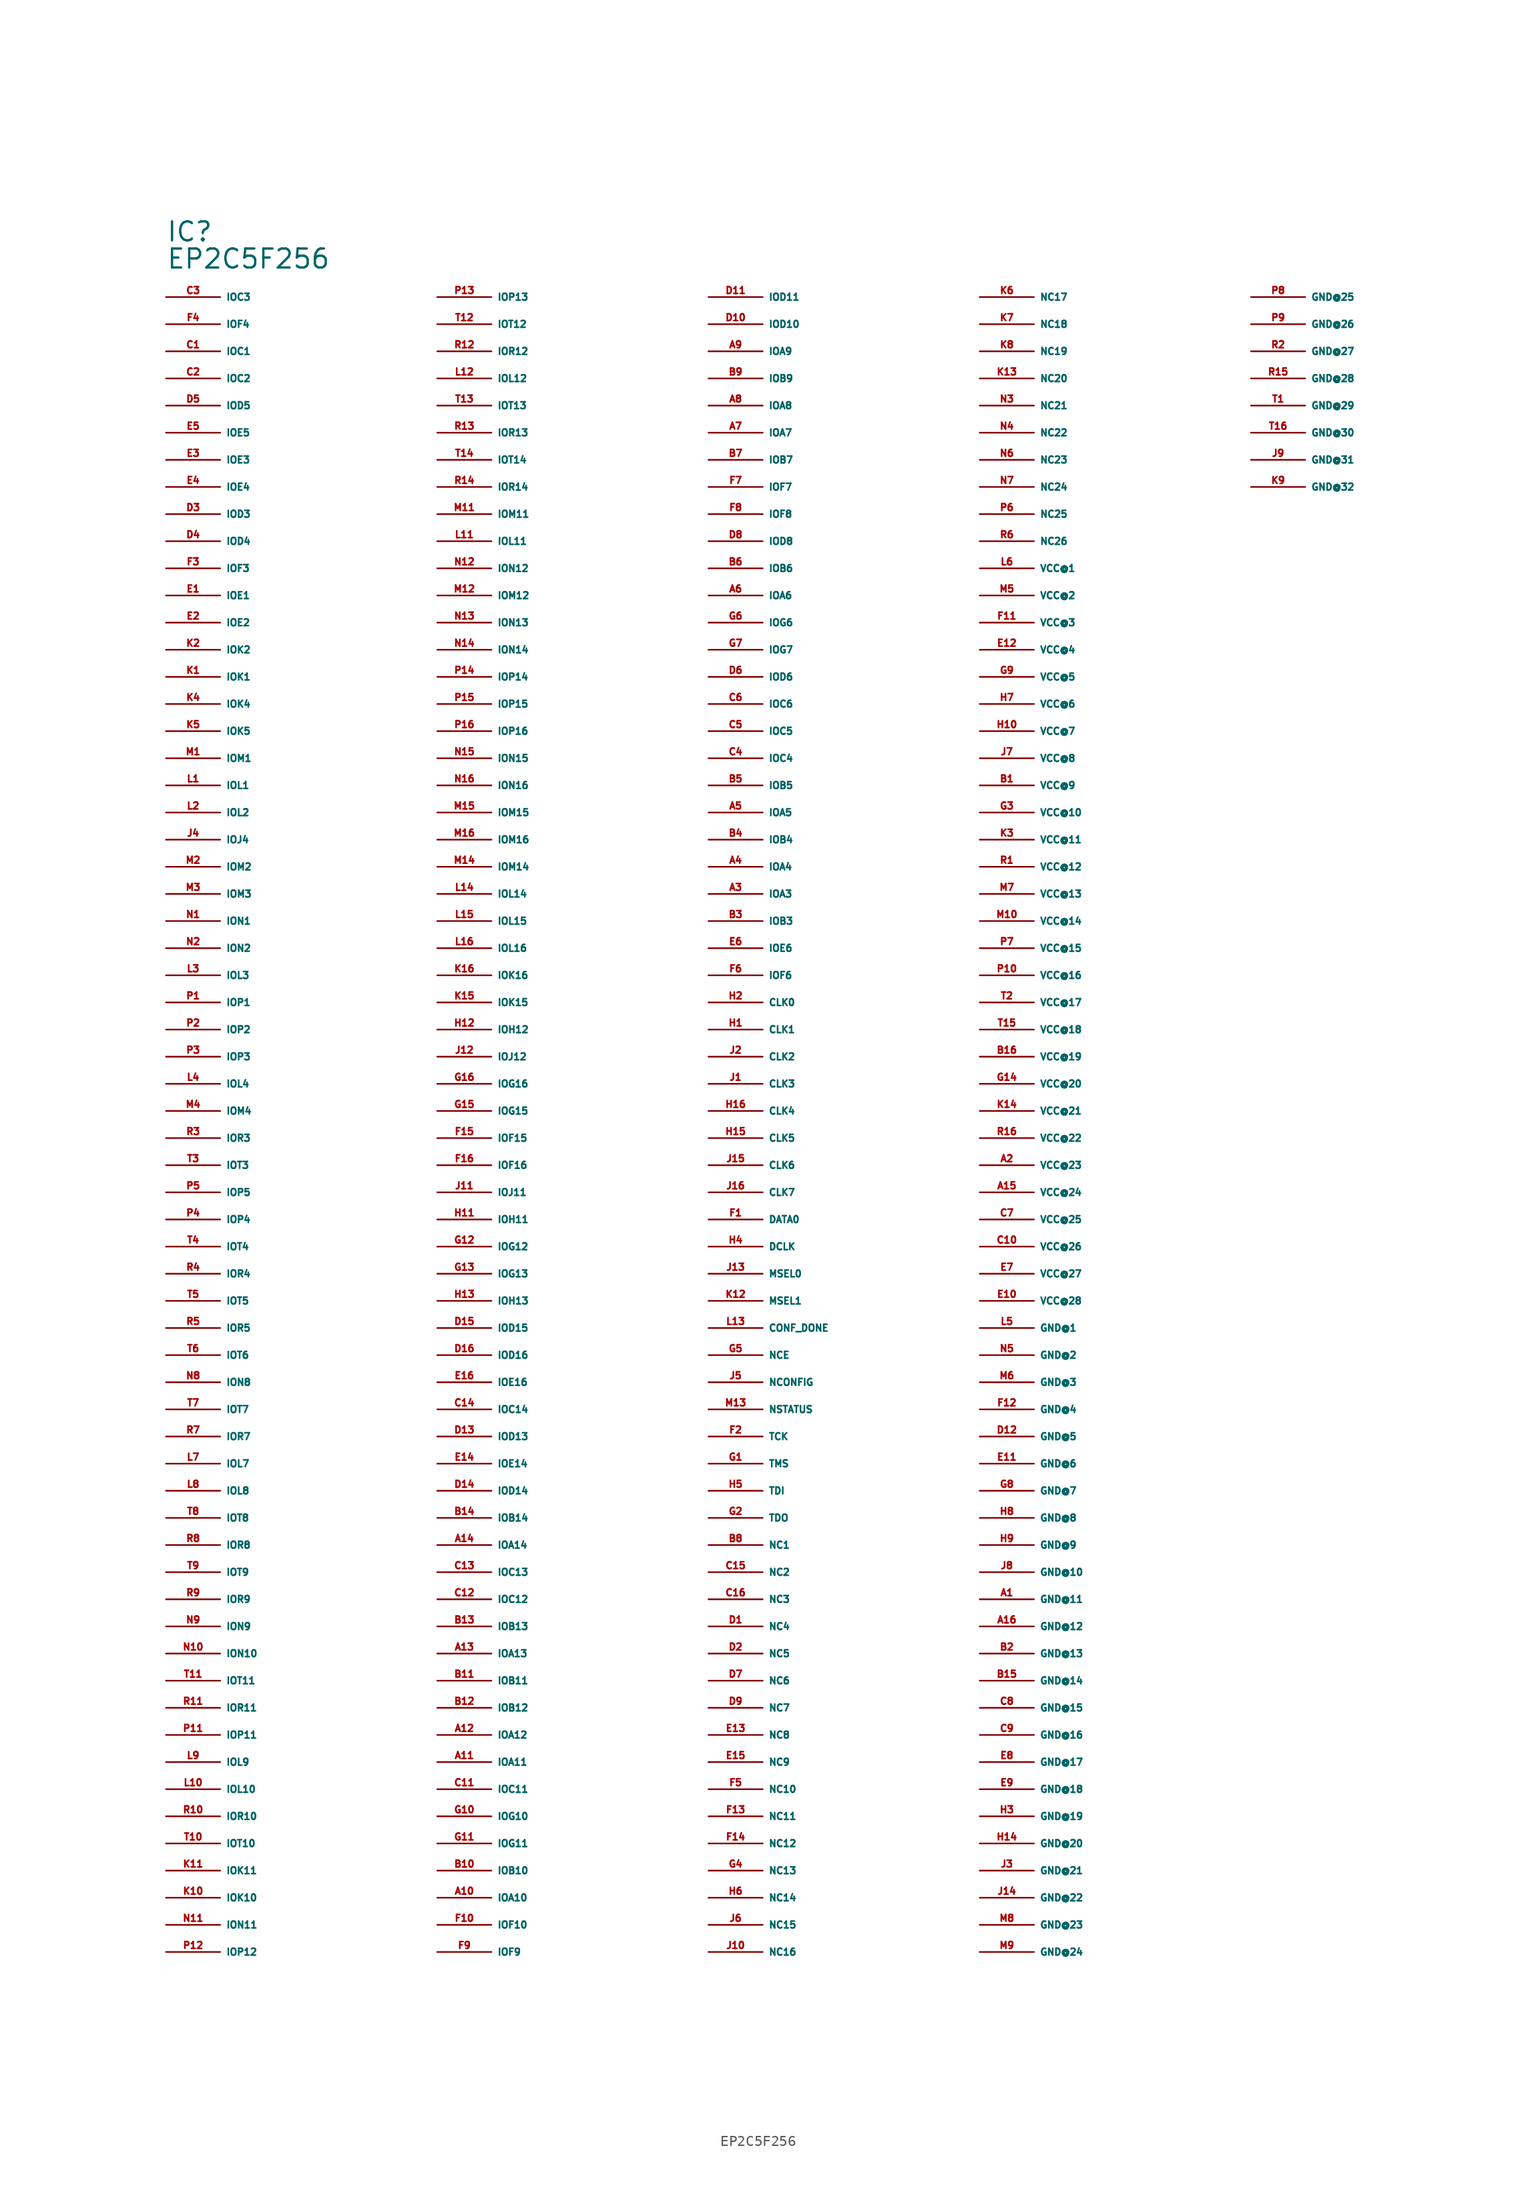
<source format=kicad_sym>
(kicad_symbol_lib
  (version 20220914)
  (generator Eagle2Kicad)
  (symbol "EP2C5F256"
    (property "Reference" "IC"
      (at -55.88 86.36 0)
      (effects (font (size 1.778 1.778) (thickness 0.22)) (justify left bottom)))
    (property "Value" "EP2C5F256"
      (at -55.88 83.82 0)
      (effects (font (size 1.778 1.778) (thickness 0.22)) (justify left bottom)))
    (pin output line
      (at -55.88 81.28 0)
      (length 5.08)
      (name "IOC3" (effects (font (size 0.635 0.635) (thickness 0.08)) (justify left bottom)))
      (number "C3" (effects (font (size 0.635 0.635) (thickness 0.08)) (justify left bottom))))
    (pin output line
      (at -55.88 78.74 0)
      (length 5.08)
      (name "IOF4" (effects (font (size 0.635 0.635) (thickness 0.08)) (justify left bottom)))
      (number "F4" (effects (font (size 0.635 0.635) (thickness 0.08)) (justify left bottom))))
    (pin bidirectional line
      (at -55.88 76.2 0)
      (length 5.08)
      (name "IOC1" (effects (font (size 0.635 0.635) (thickness 0.08)) (justify left bottom)))
      (number "C1" (effects (font (size 0.635 0.635) (thickness 0.08)) (justify left bottom))))
    (pin bidirectional line
      (at -55.88 73.66 0)
      (length 5.08)
      (name "IOC2" (effects (font (size 0.635 0.635) (thickness 0.08)) (justify left bottom)))
      (number "C2" (effects (font (size 0.635 0.635) (thickness 0.08)) (justify left bottom))))
    (pin bidirectional line
      (at -55.88 71.12 0)
      (length 5.08)
      (name "IOD5" (effects (font (size 0.635 0.635) (thickness 0.08)) (justify left bottom)))
      (number "D5" (effects (font (size 0.635 0.635) (thickness 0.08)) (justify left bottom))))
    (pin bidirectional line
      (at -55.88 68.58 0)
      (length 5.08)
      (name "IOE5" (effects (font (size 0.635 0.635) (thickness 0.08)) (justify left bottom)))
      (number "E5" (effects (font (size 0.635 0.635) (thickness 0.08)) (justify left bottom))))
    (pin bidirectional line
      (at -55.88 66.04 0)
      (length 5.08)
      (name "IOE3" (effects (font (size 0.635 0.635) (thickness 0.08)) (justify left bottom)))
      (number "E3" (effects (font (size 0.635 0.635) (thickness 0.08)) (justify left bottom))))
    (pin bidirectional line
      (at -55.88 63.5 0)
      (length 5.08)
      (name "IOE4" (effects (font (size 0.635 0.635) (thickness 0.08)) (justify left bottom)))
      (number "E4" (effects (font (size 0.635 0.635) (thickness 0.08)) (justify left bottom))))
    (pin bidirectional line
      (at -55.88 60.96 0)
      (length 5.08)
      (name "IOD3" (effects (font (size 0.635 0.635) (thickness 0.08)) (justify left bottom)))
      (number "D3" (effects (font (size 0.635 0.635) (thickness 0.08)) (justify left bottom))))
    (pin bidirectional line
      (at -55.88 58.42 0)
      (length 5.08)
      (name "IOD4" (effects (font (size 0.635 0.635) (thickness 0.08)) (justify left bottom)))
      (number "D4" (effects (font (size 0.635 0.635) (thickness 0.08)) (justify left bottom))))
    (pin bidirectional line
      (at -55.88 55.88 0)
      (length 5.08)
      (name "IOF3" (effects (font (size 0.635 0.635) (thickness 0.08)) (justify left bottom)))
      (number "F3" (effects (font (size 0.635 0.635) (thickness 0.08)) (justify left bottom))))
    (pin bidirectional line
      (at -55.88 53.34 0)
      (length 5.08)
      (name "IOE1" (effects (font (size 0.635 0.635) (thickness 0.08)) (justify left bottom)))
      (number "E1" (effects (font (size 0.635 0.635) (thickness 0.08)) (justify left bottom))))
    (pin bidirectional line
      (at -55.88 50.8 0)
      (length 5.08)
      (name "IOE2" (effects (font (size 0.635 0.635) (thickness 0.08)) (justify left bottom)))
      (number "E2" (effects (font (size 0.635 0.635) (thickness 0.08)) (justify left bottom))))
    (pin bidirectional line
      (at -55.88 48.26 0)
      (length 5.08)
      (name "IOK2" (effects (font (size 0.635 0.635) (thickness 0.08)) (justify left bottom)))
      (number "K2" (effects (font (size 0.635 0.635) (thickness 0.08)) (justify left bottom))))
    (pin bidirectional line
      (at -55.88 45.72 0)
      (length 5.08)
      (name "IOK1" (effects (font (size 0.635 0.635) (thickness 0.08)) (justify left bottom)))
      (number "K1" (effects (font (size 0.635 0.635) (thickness 0.08)) (justify left bottom))))
    (pin bidirectional line
      (at -55.88 43.18 0)
      (length 5.08)
      (name "IOK4" (effects (font (size 0.635 0.635) (thickness 0.08)) (justify left bottom)))
      (number "K4" (effects (font (size 0.635 0.635) (thickness 0.08)) (justify left bottom))))
    (pin bidirectional line
      (at -55.88 40.64 0)
      (length 5.08)
      (name "IOK5" (effects (font (size 0.635 0.635) (thickness 0.08)) (justify left bottom)))
      (number "K5" (effects (font (size 0.635 0.635) (thickness 0.08)) (justify left bottom))))
    (pin bidirectional line
      (at -55.88 38.1 0)
      (length 5.08)
      (name "IOM1" (effects (font (size 0.635 0.635) (thickness 0.08)) (justify left bottom)))
      (number "M1" (effects (font (size 0.635 0.635) (thickness 0.08)) (justify left bottom))))
    (pin bidirectional line
      (at -55.88 35.56 0)
      (length 5.08)
      (name "IOL1" (effects (font (size 0.635 0.635) (thickness 0.08)) (justify left bottom)))
      (number "L1" (effects (font (size 0.635 0.635) (thickness 0.08)) (justify left bottom))))
    (pin bidirectional line
      (at -55.88 33.02 0)
      (length 5.08)
      (name "IOL2" (effects (font (size 0.635 0.635) (thickness 0.08)) (justify left bottom)))
      (number "L2" (effects (font (size 0.635 0.635) (thickness 0.08)) (justify left bottom))))
    (pin bidirectional line
      (at -55.88 30.48 0)
      (length 5.08)
      (name "IOJ4" (effects (font (size 0.635 0.635) (thickness 0.08)) (justify left bottom)))
      (number "J4" (effects (font (size 0.635 0.635) (thickness 0.08)) (justify left bottom))))
    (pin bidirectional line
      (at -55.88 27.94 0)
      (length 5.08)
      (name "IOM2" (effects (font (size 0.635 0.635) (thickness 0.08)) (justify left bottom)))
      (number "M2" (effects (font (size 0.635 0.635) (thickness 0.08)) (justify left bottom))))
    (pin bidirectional line
      (at -55.88 25.4 0)
      (length 5.08)
      (name "IOM3" (effects (font (size 0.635 0.635) (thickness 0.08)) (justify left bottom)))
      (number "M3" (effects (font (size 0.635 0.635) (thickness 0.08)) (justify left bottom))))
    (pin bidirectional line
      (at -55.88 22.86 0)
      (length 5.08)
      (name "ION1" (effects (font (size 0.635 0.635) (thickness 0.08)) (justify left bottom)))
      (number "N1" (effects (font (size 0.635 0.635) (thickness 0.08)) (justify left bottom))))
    (pin bidirectional line
      (at -55.88 20.32 0)
      (length 5.08)
      (name "ION2" (effects (font (size 0.635 0.635) (thickness 0.08)) (justify left bottom)))
      (number "N2" (effects (font (size 0.635 0.635) (thickness 0.08)) (justify left bottom))))
    (pin bidirectional line
      (at -55.88 17.78 0)
      (length 5.08)
      (name "IOL3" (effects (font (size 0.635 0.635) (thickness 0.08)) (justify left bottom)))
      (number "L3" (effects (font (size 0.635 0.635) (thickness 0.08)) (justify left bottom))))
    (pin bidirectional line
      (at -55.88 15.24 0)
      (length 5.08)
      (name "IOP1" (effects (font (size 0.635 0.635) (thickness 0.08)) (justify left bottom)))
      (number "P1" (effects (font (size 0.635 0.635) (thickness 0.08)) (justify left bottom))))
    (pin bidirectional line
      (at -55.88 12.7 0)
      (length 5.08)
      (name "IOP2" (effects (font (size 0.635 0.635) (thickness 0.08)) (justify left bottom)))
      (number "P2" (effects (font (size 0.635 0.635) (thickness 0.08)) (justify left bottom))))
    (pin bidirectional line
      (at -55.88 10.16 0)
      (length 5.08)
      (name "IOP3" (effects (font (size 0.635 0.635) (thickness 0.08)) (justify left bottom)))
      (number "P3" (effects (font (size 0.635 0.635) (thickness 0.08)) (justify left bottom))))
    (pin bidirectional line
      (at -55.88 7.62 0)
      (length 5.08)
      (name "IOL4" (effects (font (size 0.635 0.635) (thickness 0.08)) (justify left bottom)))
      (number "L4" (effects (font (size 0.635 0.635) (thickness 0.08)) (justify left bottom))))
    (pin bidirectional line
      (at -55.88 5.08 0)
      (length 5.08)
      (name "IOM4" (effects (font (size 0.635 0.635) (thickness 0.08)) (justify left bottom)))
      (number "M4" (effects (font (size 0.635 0.635) (thickness 0.08)) (justify left bottom))))
    (pin bidirectional line
      (at -55.88 2.54 0)
      (length 5.08)
      (name "IOR3" (effects (font (size 0.635 0.635) (thickness 0.08)) (justify left bottom)))
      (number "R3" (effects (font (size 0.635 0.635) (thickness 0.08)) (justify left bottom))))
    (pin bidirectional line
      (at -55.88 0 0)
      (length 5.08)
      (name "IOT3" (effects (font (size 0.635 0.635) (thickness 0.08)) (justify left bottom)))
      (number "T3" (effects (font (size 0.635 0.635) (thickness 0.08)) (justify left bottom))))
    (pin bidirectional line
      (at -55.88 -2.54 0)
      (length 5.08)
      (name "IOP5" (effects (font (size 0.635 0.635) (thickness 0.08)) (justify left bottom)))
      (number "P5" (effects (font (size 0.635 0.635) (thickness 0.08)) (justify left bottom))))
    (pin bidirectional line
      (at -55.88 -5.08 0)
      (length 5.08)
      (name "IOP4" (effects (font (size 0.635 0.635) (thickness 0.08)) (justify left bottom)))
      (number "P4" (effects (font (size 0.635 0.635) (thickness 0.08)) (justify left bottom))))
    (pin bidirectional line
      (at -55.88 -7.62 0)
      (length 5.08)
      (name "IOT4" (effects (font (size 0.635 0.635) (thickness 0.08)) (justify left bottom)))
      (number "T4" (effects (font (size 0.635 0.635) (thickness 0.08)) (justify left bottom))))
    (pin bidirectional line
      (at -55.88 -10.16 0)
      (length 5.08)
      (name "IOR4" (effects (font (size 0.635 0.635) (thickness 0.08)) (justify left bottom)))
      (number "R4" (effects (font (size 0.635 0.635) (thickness 0.08)) (justify left bottom))))
    (pin bidirectional line
      (at -55.88 -12.7 0)
      (length 5.08)
      (name "IOT5" (effects (font (size 0.635 0.635) (thickness 0.08)) (justify left bottom)))
      (number "T5" (effects (font (size 0.635 0.635) (thickness 0.08)) (justify left bottom))))
    (pin bidirectional line
      (at -55.88 -15.24 0)
      (length 5.08)
      (name "IOR5" (effects (font (size 0.635 0.635) (thickness 0.08)) (justify left bottom)))
      (number "R5" (effects (font (size 0.635 0.635) (thickness 0.08)) (justify left bottom))))
    (pin bidirectional line
      (at -55.88 -17.78 0)
      (length 5.08)
      (name "IOT6" (effects (font (size 0.635 0.635) (thickness 0.08)) (justify left bottom)))
      (number "T6" (effects (font (size 0.635 0.635) (thickness 0.08)) (justify left bottom))))
    (pin bidirectional line
      (at -55.88 -20.32 0)
      (length 5.08)
      (name "ION8" (effects (font (size 0.635 0.635) (thickness 0.08)) (justify left bottom)))
      (number "N8" (effects (font (size 0.635 0.635) (thickness 0.08)) (justify left bottom))))
    (pin bidirectional line
      (at -55.88 -22.86 0)
      (length 5.08)
      (name "IOT7" (effects (font (size 0.635 0.635) (thickness 0.08)) (justify left bottom)))
      (number "T7" (effects (font (size 0.635 0.635) (thickness 0.08)) (justify left bottom))))
    (pin bidirectional line
      (at -55.88 -25.4 0)
      (length 5.08)
      (name "IOR7" (effects (font (size 0.635 0.635) (thickness 0.08)) (justify left bottom)))
      (number "R7" (effects (font (size 0.635 0.635) (thickness 0.08)) (justify left bottom))))
    (pin bidirectional line
      (at -55.88 -27.94 0)
      (length 5.08)
      (name "IOL7" (effects (font (size 0.635 0.635) (thickness 0.08)) (justify left bottom)))
      (number "L7" (effects (font (size 0.635 0.635) (thickness 0.08)) (justify left bottom))))
    (pin bidirectional line
      (at -55.88 -30.48 0)
      (length 5.08)
      (name "IOL8" (effects (font (size 0.635 0.635) (thickness 0.08)) (justify left bottom)))
      (number "L8" (effects (font (size 0.635 0.635) (thickness 0.08)) (justify left bottom))))
    (pin bidirectional line
      (at -55.88 -33.02 0)
      (length 5.08)
      (name "IOT8" (effects (font (size 0.635 0.635) (thickness 0.08)) (justify left bottom)))
      (number "T8" (effects (font (size 0.635 0.635) (thickness 0.08)) (justify left bottom))))
    (pin bidirectional line
      (at -55.88 -35.56 0)
      (length 5.08)
      (name "IOR8" (effects (font (size 0.635 0.635) (thickness 0.08)) (justify left bottom)))
      (number "R8" (effects (font (size 0.635 0.635) (thickness 0.08)) (justify left bottom))))
    (pin bidirectional line
      (at -55.88 -38.1 0)
      (length 5.08)
      (name "IOT9" (effects (font (size 0.635 0.635) (thickness 0.08)) (justify left bottom)))
      (number "T9" (effects (font (size 0.635 0.635) (thickness 0.08)) (justify left bottom))))
    (pin bidirectional line
      (at -55.88 -40.64 0)
      (length 5.08)
      (name "IOR9" (effects (font (size 0.635 0.635) (thickness 0.08)) (justify left bottom)))
      (number "R9" (effects (font (size 0.635 0.635) (thickness 0.08)) (justify left bottom))))
    (pin bidirectional line
      (at -55.88 -43.18 0)
      (length 5.08)
      (name "ION9" (effects (font (size 0.635 0.635) (thickness 0.08)) (justify left bottom)))
      (number "N9" (effects (font (size 0.635 0.635) (thickness 0.08)) (justify left bottom))))
    (pin bidirectional line
      (at -55.88 -45.72 0)
      (length 5.08)
      (name "ION10" (effects (font (size 0.635 0.635) (thickness 0.08)) (justify left bottom)))
      (number "N10" (effects (font (size 0.635 0.635) (thickness 0.08)) (justify left bottom))))
    (pin bidirectional line
      (at -55.88 -48.26 0)
      (length 5.08)
      (name "IOT11" (effects (font (size 0.635 0.635) (thickness 0.08)) (justify left bottom)))
      (number "T11" (effects (font (size 0.635 0.635) (thickness 0.08)) (justify left bottom))))
    (pin bidirectional line
      (at -55.88 -50.8 0)
      (length 5.08)
      (name "IOR11" (effects (font (size 0.635 0.635) (thickness 0.08)) (justify left bottom)))
      (number "R11" (effects (font (size 0.635 0.635) (thickness 0.08)) (justify left bottom))))
    (pin bidirectional line
      (at -55.88 -53.34 0)
      (length 5.08)
      (name "IOP11" (effects (font (size 0.635 0.635) (thickness 0.08)) (justify left bottom)))
      (number "P11" (effects (font (size 0.635 0.635) (thickness 0.08)) (justify left bottom))))
    (pin bidirectional line
      (at -55.88 -55.88 0)
      (length 5.08)
      (name "IOL9" (effects (font (size 0.635 0.635) (thickness 0.08)) (justify left bottom)))
      (number "L9" (effects (font (size 0.635 0.635) (thickness 0.08)) (justify left bottom))))
    (pin bidirectional line
      (at -55.88 -58.42 0)
      (length 5.08)
      (name "IOL10" (effects (font (size 0.635 0.635) (thickness 0.08)) (justify left bottom)))
      (number "L10" (effects (font (size 0.635 0.635) (thickness 0.08)) (justify left bottom))))
    (pin bidirectional line
      (at -55.88 -60.96 0)
      (length 5.08)
      (name "IOR10" (effects (font (size 0.635 0.635) (thickness 0.08)) (justify left bottom)))
      (number "R10" (effects (font (size 0.635 0.635) (thickness 0.08)) (justify left bottom))))
    (pin bidirectional line
      (at -55.88 -63.5 0)
      (length 5.08)
      (name "IOT10" (effects (font (size 0.635 0.635) (thickness 0.08)) (justify left bottom)))
      (number "T10" (effects (font (size 0.635 0.635) (thickness 0.08)) (justify left bottom))))
    (pin bidirectional line
      (at -55.88 -66.04 0)
      (length 5.08)
      (name "IOK11" (effects (font (size 0.635 0.635) (thickness 0.08)) (justify left bottom)))
      (number "K11" (effects (font (size 0.635 0.635) (thickness 0.08)) (justify left bottom))))
    (pin bidirectional line
      (at -55.88 -68.58 0)
      (length 5.08)
      (name "IOK10" (effects (font (size 0.635 0.635) (thickness 0.08)) (justify left bottom)))
      (number "K10" (effects (font (size 0.635 0.635) (thickness 0.08)) (justify left bottom))))
    (pin bidirectional line
      (at -55.88 -71.12 0)
      (length 5.08)
      (name "ION11" (effects (font (size 0.635 0.635) (thickness 0.08)) (justify left bottom)))
      (number "N11" (effects (font (size 0.635 0.635) (thickness 0.08)) (justify left bottom))))
    (pin bidirectional line
      (at -55.88 -73.66 0)
      (length 5.08)
      (name "IOP12" (effects (font (size 0.635 0.635) (thickness 0.08)) (justify left bottom)))
      (number "P12" (effects (font (size 0.635 0.635) (thickness 0.08)) (justify left bottom))))
    (pin bidirectional line
      (at -30.48 81.28 0)
      (length 5.08)
      (name "IOP13" (effects (font (size 0.635 0.635) (thickness 0.08)) (justify left bottom)))
      (number "P13" (effects (font (size 0.635 0.635) (thickness 0.08)) (justify left bottom))))
    (pin bidirectional line
      (at -30.48 78.74 0)
      (length 5.08)
      (name "IOT12" (effects (font (size 0.635 0.635) (thickness 0.08)) (justify left bottom)))
      (number "T12" (effects (font (size 0.635 0.635) (thickness 0.08)) (justify left bottom))))
    (pin bidirectional line
      (at -30.48 76.2 0)
      (length 5.08)
      (name "IOR12" (effects (font (size 0.635 0.635) (thickness 0.08)) (justify left bottom)))
      (number "R12" (effects (font (size 0.635 0.635) (thickness 0.08)) (justify left bottom))))
    (pin bidirectional line
      (at -30.48 73.66 0)
      (length 5.08)
      (name "IOL12" (effects (font (size 0.635 0.635) (thickness 0.08)) (justify left bottom)))
      (number "L12" (effects (font (size 0.635 0.635) (thickness 0.08)) (justify left bottom))))
    (pin bidirectional line
      (at -30.48 71.12 0)
      (length 5.08)
      (name "IOT13" (effects (font (size 0.635 0.635) (thickness 0.08)) (justify left bottom)))
      (number "T13" (effects (font (size 0.635 0.635) (thickness 0.08)) (justify left bottom))))
    (pin bidirectional line
      (at -30.48 68.58 0)
      (length 5.08)
      (name "IOR13" (effects (font (size 0.635 0.635) (thickness 0.08)) (justify left bottom)))
      (number "R13" (effects (font (size 0.635 0.635) (thickness 0.08)) (justify left bottom))))
    (pin bidirectional line
      (at -30.48 66.04 0)
      (length 5.08)
      (name "IOT14" (effects (font (size 0.635 0.635) (thickness 0.08)) (justify left bottom)))
      (number "T14" (effects (font (size 0.635 0.635) (thickness 0.08)) (justify left bottom))))
    (pin bidirectional line
      (at -30.48 63.5 0)
      (length 5.08)
      (name "IOR14" (effects (font (size 0.635 0.635) (thickness 0.08)) (justify left bottom)))
      (number "R14" (effects (font (size 0.635 0.635) (thickness 0.08)) (justify left bottom))))
    (pin bidirectional line
      (at -30.48 60.96 0)
      (length 5.08)
      (name "IOM11" (effects (font (size 0.635 0.635) (thickness 0.08)) (justify left bottom)))
      (number "M11" (effects (font (size 0.635 0.635) (thickness 0.08)) (justify left bottom))))
    (pin bidirectional line
      (at -30.48 58.42 0)
      (length 5.08)
      (name "IOL11" (effects (font (size 0.635 0.635) (thickness 0.08)) (justify left bottom)))
      (number "L11" (effects (font (size 0.635 0.635) (thickness 0.08)) (justify left bottom))))
    (pin bidirectional line
      (at -30.48 55.88 0)
      (length 5.08)
      (name "ION12" (effects (font (size 0.635 0.635) (thickness 0.08)) (justify left bottom)))
      (number "N12" (effects (font (size 0.635 0.635) (thickness 0.08)) (justify left bottom))))
    (pin bidirectional line
      (at -30.48 53.34 0)
      (length 5.08)
      (name "IOM12" (effects (font (size 0.635 0.635) (thickness 0.08)) (justify left bottom)))
      (number "M12" (effects (font (size 0.635 0.635) (thickness 0.08)) (justify left bottom))))
    (pin bidirectional line
      (at -30.48 50.8 0)
      (length 5.08)
      (name "ION13" (effects (font (size 0.635 0.635) (thickness 0.08)) (justify left bottom)))
      (number "N13" (effects (font (size 0.635 0.635) (thickness 0.08)) (justify left bottom))))
    (pin bidirectional line
      (at -30.48 48.26 0)
      (length 5.08)
      (name "ION14" (effects (font (size 0.635 0.635) (thickness 0.08)) (justify left bottom)))
      (number "N14" (effects (font (size 0.635 0.635) (thickness 0.08)) (justify left bottom))))
    (pin bidirectional line
      (at -30.48 45.72 0)
      (length 5.08)
      (name "IOP14" (effects (font (size 0.635 0.635) (thickness 0.08)) (justify left bottom)))
      (number "P14" (effects (font (size 0.635 0.635) (thickness 0.08)) (justify left bottom))))
    (pin bidirectional line
      (at -30.48 43.18 0)
      (length 5.08)
      (name "IOP15" (effects (font (size 0.635 0.635) (thickness 0.08)) (justify left bottom)))
      (number "P15" (effects (font (size 0.635 0.635) (thickness 0.08)) (justify left bottom))))
    (pin bidirectional line
      (at -30.48 40.64 0)
      (length 5.08)
      (name "IOP16" (effects (font (size 0.635 0.635) (thickness 0.08)) (justify left bottom)))
      (number "P16" (effects (font (size 0.635 0.635) (thickness 0.08)) (justify left bottom))))
    (pin bidirectional line
      (at -30.48 38.1 0)
      (length 5.08)
      (name "ION15" (effects (font (size 0.635 0.635) (thickness 0.08)) (justify left bottom)))
      (number "N15" (effects (font (size 0.635 0.635) (thickness 0.08)) (justify left bottom))))
    (pin bidirectional line
      (at -30.48 35.56 0)
      (length 5.08)
      (name "ION16" (effects (font (size 0.635 0.635) (thickness 0.08)) (justify left bottom)))
      (number "N16" (effects (font (size 0.635 0.635) (thickness 0.08)) (justify left bottom))))
    (pin bidirectional line
      (at -30.48 33.02 0)
      (length 5.08)
      (name "IOM15" (effects (font (size 0.635 0.635) (thickness 0.08)) (justify left bottom)))
      (number "M15" (effects (font (size 0.635 0.635) (thickness 0.08)) (justify left bottom))))
    (pin bidirectional line
      (at -30.48 30.48 0)
      (length 5.08)
      (name "IOM16" (effects (font (size 0.635 0.635) (thickness 0.08)) (justify left bottom)))
      (number "M16" (effects (font (size 0.635 0.635) (thickness 0.08)) (justify left bottom))))
    (pin bidirectional line
      (at -30.48 27.94 0)
      (length 5.08)
      (name "IOM14" (effects (font (size 0.635 0.635) (thickness 0.08)) (justify left bottom)))
      (number "M14" (effects (font (size 0.635 0.635) (thickness 0.08)) (justify left bottom))))
    (pin bidirectional line
      (at -30.48 25.4 0)
      (length 5.08)
      (name "IOL14" (effects (font (size 0.635 0.635) (thickness 0.08)) (justify left bottom)))
      (number "L14" (effects (font (size 0.635 0.635) (thickness 0.08)) (justify left bottom))))
    (pin bidirectional line
      (at -30.48 22.86 0)
      (length 5.08)
      (name "IOL15" (effects (font (size 0.635 0.635) (thickness 0.08)) (justify left bottom)))
      (number "L15" (effects (font (size 0.635 0.635) (thickness 0.08)) (justify left bottom))))
    (pin bidirectional line
      (at -30.48 20.32 0)
      (length 5.08)
      (name "IOL16" (effects (font (size 0.635 0.635) (thickness 0.08)) (justify left bottom)))
      (number "L16" (effects (font (size 0.635 0.635) (thickness 0.08)) (justify left bottom))))
    (pin bidirectional line
      (at -30.48 17.78 0)
      (length 5.08)
      (name "IOK16" (effects (font (size 0.635 0.635) (thickness 0.08)) (justify left bottom)))
      (number "K16" (effects (font (size 0.635 0.635) (thickness 0.08)) (justify left bottom))))
    (pin bidirectional line
      (at -30.48 15.24 0)
      (length 5.08)
      (name "IOK15" (effects (font (size 0.635 0.635) (thickness 0.08)) (justify left bottom)))
      (number "K15" (effects (font (size 0.635 0.635) (thickness 0.08)) (justify left bottom))))
    (pin bidirectional line
      (at -30.48 12.7 0)
      (length 5.08)
      (name "IOH12" (effects (font (size 0.635 0.635) (thickness 0.08)) (justify left bottom)))
      (number "H12" (effects (font (size 0.635 0.635) (thickness 0.08)) (justify left bottom))))
    (pin bidirectional line
      (at -30.48 10.16 0)
      (length 5.08)
      (name "IOJ12" (effects (font (size 0.635 0.635) (thickness 0.08)) (justify left bottom)))
      (number "J12" (effects (font (size 0.635 0.635) (thickness 0.08)) (justify left bottom))))
    (pin bidirectional line
      (at -30.48 7.62 0)
      (length 5.08)
      (name "IOG16" (effects (font (size 0.635 0.635) (thickness 0.08)) (justify left bottom)))
      (number "G16" (effects (font (size 0.635 0.635) (thickness 0.08)) (justify left bottom))))
    (pin bidirectional line
      (at -30.48 5.08 0)
      (length 5.08)
      (name "IOG15" (effects (font (size 0.635 0.635) (thickness 0.08)) (justify left bottom)))
      (number "G15" (effects (font (size 0.635 0.635) (thickness 0.08)) (justify left bottom))))
    (pin bidirectional line
      (at -30.48 2.54 0)
      (length 5.08)
      (name "IOF15" (effects (font (size 0.635 0.635) (thickness 0.08)) (justify left bottom)))
      (number "F15" (effects (font (size 0.635 0.635) (thickness 0.08)) (justify left bottom))))
    (pin bidirectional line
      (at -30.48 0 0)
      (length 5.08)
      (name "IOF16" (effects (font (size 0.635 0.635) (thickness 0.08)) (justify left bottom)))
      (number "F16" (effects (font (size 0.635 0.635) (thickness 0.08)) (justify left bottom))))
    (pin bidirectional line
      (at -30.48 -2.54 0)
      (length 5.08)
      (name "IOJ11" (effects (font (size 0.635 0.635) (thickness 0.08)) (justify left bottom)))
      (number "J11" (effects (font (size 0.635 0.635) (thickness 0.08)) (justify left bottom))))
    (pin bidirectional line
      (at -30.48 -5.08 0)
      (length 5.08)
      (name "IOH11" (effects (font (size 0.635 0.635) (thickness 0.08)) (justify left bottom)))
      (number "H11" (effects (font (size 0.635 0.635) (thickness 0.08)) (justify left bottom))))
    (pin bidirectional line
      (at -30.48 -7.62 0)
      (length 5.08)
      (name "IOG12" (effects (font (size 0.635 0.635) (thickness 0.08)) (justify left bottom)))
      (number "G12" (effects (font (size 0.635 0.635) (thickness 0.08)) (justify left bottom))))
    (pin bidirectional line
      (at -30.48 -10.16 0)
      (length 5.08)
      (name "IOG13" (effects (font (size 0.635 0.635) (thickness 0.08)) (justify left bottom)))
      (number "G13" (effects (font (size 0.635 0.635) (thickness 0.08)) (justify left bottom))))
    (pin bidirectional line
      (at -30.48 -12.7 0)
      (length 5.08)
      (name "IOH13" (effects (font (size 0.635 0.635) (thickness 0.08)) (justify left bottom)))
      (number "H13" (effects (font (size 0.635 0.635) (thickness 0.08)) (justify left bottom))))
    (pin bidirectional line
      (at -30.48 -15.24 0)
      (length 5.08)
      (name "IOD15" (effects (font (size 0.635 0.635) (thickness 0.08)) (justify left bottom)))
      (number "D15" (effects (font (size 0.635 0.635) (thickness 0.08)) (justify left bottom))))
    (pin bidirectional line
      (at -30.48 -17.78 0)
      (length 5.08)
      (name "IOD16" (effects (font (size 0.635 0.635) (thickness 0.08)) (justify left bottom)))
      (number "D16" (effects (font (size 0.635 0.635) (thickness 0.08)) (justify left bottom))))
    (pin bidirectional line
      (at -30.48 -20.32 0)
      (length 5.08)
      (name "IOE16" (effects (font (size 0.635 0.635) (thickness 0.08)) (justify left bottom)))
      (number "E16" (effects (font (size 0.635 0.635) (thickness 0.08)) (justify left bottom))))
    (pin bidirectional line
      (at -30.48 -22.86 0)
      (length 5.08)
      (name "IOC14" (effects (font (size 0.635 0.635) (thickness 0.08)) (justify left bottom)))
      (number "C14" (effects (font (size 0.635 0.635) (thickness 0.08)) (justify left bottom))))
    (pin bidirectional line
      (at -30.48 -25.4 0)
      (length 5.08)
      (name "IOD13" (effects (font (size 0.635 0.635) (thickness 0.08)) (justify left bottom)))
      (number "D13" (effects (font (size 0.635 0.635) (thickness 0.08)) (justify left bottom))))
    (pin bidirectional line
      (at -30.48 -27.94 0)
      (length 5.08)
      (name "IOE14" (effects (font (size 0.635 0.635) (thickness 0.08)) (justify left bottom)))
      (number "E14" (effects (font (size 0.635 0.635) (thickness 0.08)) (justify left bottom))))
    (pin bidirectional line
      (at -30.48 -30.48 0)
      (length 5.08)
      (name "IOD14" (effects (font (size 0.635 0.635) (thickness 0.08)) (justify left bottom)))
      (number "D14" (effects (font (size 0.635 0.635) (thickness 0.08)) (justify left bottom))))
    (pin bidirectional line
      (at -30.48 -33.02 0)
      (length 5.08)
      (name "IOB14" (effects (font (size 0.635 0.635) (thickness 0.08)) (justify left bottom)))
      (number "B14" (effects (font (size 0.635 0.635) (thickness 0.08)) (justify left bottom))))
    (pin bidirectional line
      (at -30.48 -35.56 0)
      (length 5.08)
      (name "IOA14" (effects (font (size 0.635 0.635) (thickness 0.08)) (justify left bottom)))
      (number "A14" (effects (font (size 0.635 0.635) (thickness 0.08)) (justify left bottom))))
    (pin bidirectional line
      (at -30.48 -38.1 0)
      (length 5.08)
      (name "IOC13" (effects (font (size 0.635 0.635) (thickness 0.08)) (justify left bottom)))
      (number "C13" (effects (font (size 0.635 0.635) (thickness 0.08)) (justify left bottom))))
    (pin bidirectional line
      (at -30.48 -40.64 0)
      (length 5.08)
      (name "IOC12" (effects (font (size 0.635 0.635) (thickness 0.08)) (justify left bottom)))
      (number "C12" (effects (font (size 0.635 0.635) (thickness 0.08)) (justify left bottom))))
    (pin bidirectional line
      (at -30.48 -43.18 0)
      (length 5.08)
      (name "IOB13" (effects (font (size 0.635 0.635) (thickness 0.08)) (justify left bottom)))
      (number "B13" (effects (font (size 0.635 0.635) (thickness 0.08)) (justify left bottom))))
    (pin bidirectional line
      (at -30.48 -45.72 0)
      (length 5.08)
      (name "IOA13" (effects (font (size 0.635 0.635) (thickness 0.08)) (justify left bottom)))
      (number "A13" (effects (font (size 0.635 0.635) (thickness 0.08)) (justify left bottom))))
    (pin bidirectional line
      (at -30.48 -48.26 0)
      (length 5.08)
      (name "IOB11" (effects (font (size 0.635 0.635) (thickness 0.08)) (justify left bottom)))
      (number "B11" (effects (font (size 0.635 0.635) (thickness 0.08)) (justify left bottom))))
    (pin bidirectional line
      (at -30.48 -50.8 0)
      (length 5.08)
      (name "IOB12" (effects (font (size 0.635 0.635) (thickness 0.08)) (justify left bottom)))
      (number "B12" (effects (font (size 0.635 0.635) (thickness 0.08)) (justify left bottom))))
    (pin bidirectional line
      (at -30.48 -53.34 0)
      (length 5.08)
      (name "IOA12" (effects (font (size 0.635 0.635) (thickness 0.08)) (justify left bottom)))
      (number "A12" (effects (font (size 0.635 0.635) (thickness 0.08)) (justify left bottom))))
    (pin bidirectional line
      (at -30.48 -55.88 0)
      (length 5.08)
      (name "IOA11" (effects (font (size 0.635 0.635) (thickness 0.08)) (justify left bottom)))
      (number "A11" (effects (font (size 0.635 0.635) (thickness 0.08)) (justify left bottom))))
    (pin bidirectional line
      (at -30.48 -58.42 0)
      (length 5.08)
      (name "IOC11" (effects (font (size 0.635 0.635) (thickness 0.08)) (justify left bottom)))
      (number "C11" (effects (font (size 0.635 0.635) (thickness 0.08)) (justify left bottom))))
    (pin bidirectional line
      (at -30.48 -60.96 0)
      (length 5.08)
      (name "IOG10" (effects (font (size 0.635 0.635) (thickness 0.08)) (justify left bottom)))
      (number "G10" (effects (font (size 0.635 0.635) (thickness 0.08)) (justify left bottom))))
    (pin bidirectional line
      (at -30.48 -63.5 0)
      (length 5.08)
      (name "IOG11" (effects (font (size 0.635 0.635) (thickness 0.08)) (justify left bottom)))
      (number "G11" (effects (font (size 0.635 0.635) (thickness 0.08)) (justify left bottom))))
    (pin bidirectional line
      (at -30.48 -66.04 0)
      (length 5.08)
      (name "IOB10" (effects (font (size 0.635 0.635) (thickness 0.08)) (justify left bottom)))
      (number "B10" (effects (font (size 0.635 0.635) (thickness 0.08)) (justify left bottom))))
    (pin bidirectional line
      (at -30.48 -68.58 0)
      (length 5.08)
      (name "IOA10" (effects (font (size 0.635 0.635) (thickness 0.08)) (justify left bottom)))
      (number "A10" (effects (font (size 0.635 0.635) (thickness 0.08)) (justify left bottom))))
    (pin bidirectional line
      (at -30.48 -71.12 0)
      (length 5.08)
      (name "IOF10" (effects (font (size 0.635 0.635) (thickness 0.08)) (justify left bottom)))
      (number "F10" (effects (font (size 0.635 0.635) (thickness 0.08)) (justify left bottom))))
    (pin bidirectional line
      (at -30.48 -73.66 0)
      (length 5.08)
      (name "IOF9" (effects (font (size 0.635 0.635) (thickness 0.08)) (justify left bottom)))
      (number "F9" (effects (font (size 0.635 0.635) (thickness 0.08)) (justify left bottom))))
    (pin bidirectional line
      (at -5.08 81.28 0)
      (length 5.08)
      (name "IOD11" (effects (font (size 0.635 0.635) (thickness 0.08)) (justify left bottom)))
      (number "D11" (effects (font (size 0.635 0.635) (thickness 0.08)) (justify left bottom))))
    (pin bidirectional line
      (at -5.08 78.74 0)
      (length 5.08)
      (name "IOD10" (effects (font (size 0.635 0.635) (thickness 0.08)) (justify left bottom)))
      (number "D10" (effects (font (size 0.635 0.635) (thickness 0.08)) (justify left bottom))))
    (pin bidirectional line
      (at -5.08 76.2 0)
      (length 5.08)
      (name "IOA9" (effects (font (size 0.635 0.635) (thickness 0.08)) (justify left bottom)))
      (number "A9" (effects (font (size 0.635 0.635) (thickness 0.08)) (justify left bottom))))
    (pin bidirectional line
      (at -5.08 73.66 0)
      (length 5.08)
      (name "IOB9" (effects (font (size 0.635 0.635) (thickness 0.08)) (justify left bottom)))
      (number "B9" (effects (font (size 0.635 0.635) (thickness 0.08)) (justify left bottom))))
    (pin bidirectional line
      (at -5.08 71.12 0)
      (length 5.08)
      (name "IOA8" (effects (font (size 0.635 0.635) (thickness 0.08)) (justify left bottom)))
      (number "A8" (effects (font (size 0.635 0.635) (thickness 0.08)) (justify left bottom))))
    (pin bidirectional line
      (at -5.08 68.58 0)
      (length 5.08)
      (name "IOA7" (effects (font (size 0.635 0.635) (thickness 0.08)) (justify left bottom)))
      (number "A7" (effects (font (size 0.635 0.635) (thickness 0.08)) (justify left bottom))))
    (pin bidirectional line
      (at -5.08 66.04 0)
      (length 5.08)
      (name "IOB7" (effects (font (size 0.635 0.635) (thickness 0.08)) (justify left bottom)))
      (number "B7" (effects (font (size 0.635 0.635) (thickness 0.08)) (justify left bottom))))
    (pin bidirectional line
      (at -5.08 63.5 0)
      (length 5.08)
      (name "IOF7" (effects (font (size 0.635 0.635) (thickness 0.08)) (justify left bottom)))
      (number "F7" (effects (font (size 0.635 0.635) (thickness 0.08)) (justify left bottom))))
    (pin bidirectional line
      (at -5.08 60.96 0)
      (length 5.08)
      (name "IOF8" (effects (font (size 0.635 0.635) (thickness 0.08)) (justify left bottom)))
      (number "F8" (effects (font (size 0.635 0.635) (thickness 0.08)) (justify left bottom))))
    (pin bidirectional line
      (at -5.08 58.42 0)
      (length 5.08)
      (name "IOD8" (effects (font (size 0.635 0.635) (thickness 0.08)) (justify left bottom)))
      (number "D8" (effects (font (size 0.635 0.635) (thickness 0.08)) (justify left bottom))))
    (pin bidirectional line
      (at -5.08 55.88 0)
      (length 5.08)
      (name "IOB6" (effects (font (size 0.635 0.635) (thickness 0.08)) (justify left bottom)))
      (number "B6" (effects (font (size 0.635 0.635) (thickness 0.08)) (justify left bottom))))
    (pin bidirectional line
      (at -5.08 53.34 0)
      (length 5.08)
      (name "IOA6" (effects (font (size 0.635 0.635) (thickness 0.08)) (justify left bottom)))
      (number "A6" (effects (font (size 0.635 0.635) (thickness 0.08)) (justify left bottom))))
    (pin bidirectional line
      (at -5.08 50.8 0)
      (length 5.08)
      (name "IOG6" (effects (font (size 0.635 0.635) (thickness 0.08)) (justify left bottom)))
      (number "G6" (effects (font (size 0.635 0.635) (thickness 0.08)) (justify left bottom))))
    (pin bidirectional line
      (at -5.08 48.26 0)
      (length 5.08)
      (name "IOG7" (effects (font (size 0.635 0.635) (thickness 0.08)) (justify left bottom)))
      (number "G7" (effects (font (size 0.635 0.635) (thickness 0.08)) (justify left bottom))))
    (pin bidirectional line
      (at -5.08 45.72 0)
      (length 5.08)
      (name "IOD6" (effects (font (size 0.635 0.635) (thickness 0.08)) (justify left bottom)))
      (number "D6" (effects (font (size 0.635 0.635) (thickness 0.08)) (justify left bottom))))
    (pin bidirectional line
      (at -5.08 43.18 0)
      (length 5.08)
      (name "IOC6" (effects (font (size 0.635 0.635) (thickness 0.08)) (justify left bottom)))
      (number "C6" (effects (font (size 0.635 0.635) (thickness 0.08)) (justify left bottom))))
    (pin bidirectional line
      (at -5.08 40.64 0)
      (length 5.08)
      (name "IOC5" (effects (font (size 0.635 0.635) (thickness 0.08)) (justify left bottom)))
      (number "C5" (effects (font (size 0.635 0.635) (thickness 0.08)) (justify left bottom))))
    (pin bidirectional line
      (at -5.08 38.1 0)
      (length 5.08)
      (name "IOC4" (effects (font (size 0.635 0.635) (thickness 0.08)) (justify left bottom)))
      (number "C4" (effects (font (size 0.635 0.635) (thickness 0.08)) (justify left bottom))))
    (pin bidirectional line
      (at -5.08 35.56 0)
      (length 5.08)
      (name "IOB5" (effects (font (size 0.635 0.635) (thickness 0.08)) (justify left bottom)))
      (number "B5" (effects (font (size 0.635 0.635) (thickness 0.08)) (justify left bottom))))
    (pin bidirectional line
      (at -5.08 33.02 0)
      (length 5.08)
      (name "IOA5" (effects (font (size 0.635 0.635) (thickness 0.08)) (justify left bottom)))
      (number "A5" (effects (font (size 0.635 0.635) (thickness 0.08)) (justify left bottom))))
    (pin bidirectional line
      (at -5.08 30.48 0)
      (length 5.08)
      (name "IOB4" (effects (font (size 0.635 0.635) (thickness 0.08)) (justify left bottom)))
      (number "B4" (effects (font (size 0.635 0.635) (thickness 0.08)) (justify left bottom))))
    (pin bidirectional line
      (at -5.08 27.94 0)
      (length 5.08)
      (name "IOA4" (effects (font (size 0.635 0.635) (thickness 0.08)) (justify left bottom)))
      (number "A4" (effects (font (size 0.635 0.635) (thickness 0.08)) (justify left bottom))))
    (pin bidirectional line
      (at -5.08 25.4 0)
      (length 5.08)
      (name "IOA3" (effects (font (size 0.635 0.635) (thickness 0.08)) (justify left bottom)))
      (number "A3" (effects (font (size 0.635 0.635) (thickness 0.08)) (justify left bottom))))
    (pin bidirectional line
      (at -5.08 22.86 0)
      (length 5.08)
      (name "IOB3" (effects (font (size 0.635 0.635) (thickness 0.08)) (justify left bottom)))
      (number "B3" (effects (font (size 0.635 0.635) (thickness 0.08)) (justify left bottom))))
    (pin bidirectional line
      (at -5.08 20.32 0)
      (length 5.08)
      (name "IOE6" (effects (font (size 0.635 0.635) (thickness 0.08)) (justify left bottom)))
      (number "E6" (effects (font (size 0.635 0.635) (thickness 0.08)) (justify left bottom))))
    (pin bidirectional line
      (at -5.08 17.78 0)
      (length 5.08)
      (name "IOF6" (effects (font (size 0.635 0.635) (thickness 0.08)) (justify left bottom)))
      (number "F6" (effects (font (size 0.635 0.635) (thickness 0.08)) (justify left bottom))))
    (pin bidirectional line
      (at -5.08 15.24 0)
      (length 5.08)
      (name "CLK0" (effects (font (size 0.635 0.635) (thickness 0.08)) (justify left bottom)))
      (number "H2" (effects (font (size 0.635 0.635) (thickness 0.08)) (justify left bottom))))
    (pin bidirectional line
      (at -5.08 12.7 0)
      (length 5.08)
      (name "CLK1" (effects (font (size 0.635 0.635) (thickness 0.08)) (justify left bottom)))
      (number "H1" (effects (font (size 0.635 0.635) (thickness 0.08)) (justify left bottom))))
    (pin bidirectional line
      (at -5.08 10.16 0)
      (length 5.08)
      (name "CLK2" (effects (font (size 0.635 0.635) (thickness 0.08)) (justify left bottom)))
      (number "J2" (effects (font (size 0.635 0.635) (thickness 0.08)) (justify left bottom))))
    (pin bidirectional line
      (at -5.08 7.62 0)
      (length 5.08)
      (name "CLK3" (effects (font (size 0.635 0.635) (thickness 0.08)) (justify left bottom)))
      (number "J1" (effects (font (size 0.635 0.635) (thickness 0.08)) (justify left bottom))))
    (pin bidirectional line
      (at -5.08 5.08 0)
      (length 5.08)
      (name "CLK4" (effects (font (size 0.635 0.635) (thickness 0.08)) (justify left bottom)))
      (number "H16" (effects (font (size 0.635 0.635) (thickness 0.08)) (justify left bottom))))
    (pin bidirectional line
      (at -5.08 2.54 0)
      (length 5.08)
      (name "CLK5" (effects (font (size 0.635 0.635) (thickness 0.08)) (justify left bottom)))
      (number "H15" (effects (font (size 0.635 0.635) (thickness 0.08)) (justify left bottom))))
    (pin bidirectional line
      (at -5.08 0 0)
      (length 5.08)
      (name "CLK6" (effects (font (size 0.635 0.635) (thickness 0.08)) (justify left bottom)))
      (number "J15" (effects (font (size 0.635 0.635) (thickness 0.08)) (justify left bottom))))
    (pin bidirectional line
      (at -5.08 -2.54 0)
      (length 5.08)
      (name "CLK7" (effects (font (size 0.635 0.635) (thickness 0.08)) (justify left bottom)))
      (number "J16" (effects (font (size 0.635 0.635) (thickness 0.08)) (justify left bottom))))
    (pin bidirectional line
      (at -5.08 -5.08 0)
      (length 5.08)
      (name "DATA0" (effects (font (size 0.635 0.635) (thickness 0.08)) (justify left bottom)))
      (number "F1" (effects (font (size 0.635 0.635) (thickness 0.08)) (justify left bottom))))
    (pin bidirectional line
      (at -5.08 -7.62 0)
      (length 5.08)
      (name "DCLK" (effects (font (size 0.635 0.635) (thickness 0.08)) (justify left bottom)))
      (number "H4" (effects (font (size 0.635 0.635) (thickness 0.08)) (justify left bottom))))
    (pin input line
      (at -5.08 -10.16 0)
      (length 5.08)
      (name "MSEL0" (effects (font (size 0.635 0.635) (thickness 0.08)) (justify left bottom)))
      (number "J13" (effects (font (size 0.635 0.635) (thickness 0.08)) (justify left bottom))))
    (pin input line
      (at -5.08 -12.7 0)
      (length 5.08)
      (name "MSEL1" (effects (font (size 0.635 0.635) (thickness 0.08)) (justify left bottom)))
      (number "K12" (effects (font (size 0.635 0.635) (thickness 0.08)) (justify left bottom))))
    (pin input line
      (at -5.08 -15.24 0)
      (length 5.08)
      (name "CONF_DONE" (effects (font (size 0.635 0.635) (thickness 0.08)) (justify left bottom)))
      (number "L13" (effects (font (size 0.635 0.635) (thickness 0.08)) (justify left bottom))))
    (pin input line
      (at -5.08 -17.78 0)
      (length 5.08)
      (name "NCE" (effects (font (size 0.635 0.635) (thickness 0.08)) (justify left bottom)))
      (number "G5" (effects (font (size 0.635 0.635) (thickness 0.08)) (justify left bottom))))
    (pin input line
      (at -5.08 -20.32 0)
      (length 5.08)
      (name "NCONFIG" (effects (font (size 0.635 0.635) (thickness 0.08)) (justify left bottom)))
      (number "J5" (effects (font (size 0.635 0.635) (thickness 0.08)) (justify left bottom))))
    (pin input line
      (at -5.08 -22.86 0)
      (length 5.08)
      (name "NSTATUS" (effects (font (size 0.635 0.635) (thickness 0.08)) (justify left bottom)))
      (number "M13" (effects (font (size 0.635 0.635) (thickness 0.08)) (justify left bottom))))
    (pin input line
      (at -5.08 -25.4 0)
      (length 5.08)
      (name "TCK" (effects (font (size 0.635 0.635) (thickness 0.08)) (justify left bottom)))
      (number "F2" (effects (font (size 0.635 0.635) (thickness 0.08)) (justify left bottom))))
    (pin input line
      (at -5.08 -27.94 0)
      (length 5.08)
      (name "TMS" (effects (font (size 0.635 0.635) (thickness 0.08)) (justify left bottom)))
      (number "G1" (effects (font (size 0.635 0.635) (thickness 0.08)) (justify left bottom))))
    (pin input line
      (at -5.08 -30.48 0)
      (length 5.08)
      (name "TDI" (effects (font (size 0.635 0.635) (thickness 0.08)) (justify left bottom)))
      (number "H5" (effects (font (size 0.635 0.635) (thickness 0.08)) (justify left bottom))))
    (pin output line
      (at -5.08 -33.02 0)
      (length 5.08)
      (name "TDO" (effects (font (size 0.635 0.635) (thickness 0.08)) (justify left bottom)))
      (number "G2" (effects (font (size 0.635 0.635) (thickness 0.08)) (justify left bottom))))
    (pin passive line
      (at -5.08 -35.56 0)
      (length 5.08)
      (name "NC1" (effects (font (size 0.635 0.635) (thickness 0.08)) (justify left bottom)))
      (number "B8" (effects (font (size 0.635 0.635) (thickness 0.08)) (justify left bottom))))
    (pin passive line
      (at -5.08 -38.1 0)
      (length 5.08)
      (name "NC2" (effects (font (size 0.635 0.635) (thickness 0.08)) (justify left bottom)))
      (number "C15" (effects (font (size 0.635 0.635) (thickness 0.08)) (justify left bottom))))
    (pin passive line
      (at -5.08 -40.64 0)
      (length 5.08)
      (name "NC3" (effects (font (size 0.635 0.635) (thickness 0.08)) (justify left bottom)))
      (number "C16" (effects (font (size 0.635 0.635) (thickness 0.08)) (justify left bottom))))
    (pin passive line
      (at -5.08 -43.18 0)
      (length 5.08)
      (name "NC4" (effects (font (size 0.635 0.635) (thickness 0.08)) (justify left bottom)))
      (number "D1" (effects (font (size 0.635 0.635) (thickness 0.08)) (justify left bottom))))
    (pin passive line
      (at -5.08 -45.72 0)
      (length 5.08)
      (name "NC5" (effects (font (size 0.635 0.635) (thickness 0.08)) (justify left bottom)))
      (number "D2" (effects (font (size 0.635 0.635) (thickness 0.08)) (justify left bottom))))
    (pin passive line
      (at -5.08 -48.26 0)
      (length 5.08)
      (name "NC6" (effects (font (size 0.635 0.635) (thickness 0.08)) (justify left bottom)))
      (number "D7" (effects (font (size 0.635 0.635) (thickness 0.08)) (justify left bottom))))
    (pin passive line
      (at -5.08 -50.8 0)
      (length 5.08)
      (name "NC7" (effects (font (size 0.635 0.635) (thickness 0.08)) (justify left bottom)))
      (number "D9" (effects (font (size 0.635 0.635) (thickness 0.08)) (justify left bottom))))
    (pin passive line
      (at -5.08 -53.34 0)
      (length 5.08)
      (name "NC8" (effects (font (size 0.635 0.635) (thickness 0.08)) (justify left bottom)))
      (number "E13" (effects (font (size 0.635 0.635) (thickness 0.08)) (justify left bottom))))
    (pin passive line
      (at -5.08 -55.88 0)
      (length 5.08)
      (name "NC9" (effects (font (size 0.635 0.635) (thickness 0.08)) (justify left bottom)))
      (number "E15" (effects (font (size 0.635 0.635) (thickness 0.08)) (justify left bottom))))
    (pin passive line
      (at -5.08 -58.42 0)
      (length 5.08)
      (name "NC10" (effects (font (size 0.635 0.635) (thickness 0.08)) (justify left bottom)))
      (number "F5" (effects (font (size 0.635 0.635) (thickness 0.08)) (justify left bottom))))
    (pin passive line
      (at -5.08 -60.96 0)
      (length 5.08)
      (name "NC11" (effects (font (size 0.635 0.635) (thickness 0.08)) (justify left bottom)))
      (number "F13" (effects (font (size 0.635 0.635) (thickness 0.08)) (justify left bottom))))
    (pin passive line
      (at -5.08 -63.5 0)
      (length 5.08)
      (name "NC12" (effects (font (size 0.635 0.635) (thickness 0.08)) (justify left bottom)))
      (number "F14" (effects (font (size 0.635 0.635) (thickness 0.08)) (justify left bottom))))
    (pin passive line
      (at -5.08 -66.04 0)
      (length 5.08)
      (name "NC13" (effects (font (size 0.635 0.635) (thickness 0.08)) (justify left bottom)))
      (number "G4" (effects (font (size 0.635 0.635) (thickness 0.08)) (justify left bottom))))
    (pin passive line
      (at -5.08 -68.58 0)
      (length 5.08)
      (name "NC14" (effects (font (size 0.635 0.635) (thickness 0.08)) (justify left bottom)))
      (number "H6" (effects (font (size 0.635 0.635) (thickness 0.08)) (justify left bottom))))
    (pin passive line
      (at -5.08 -71.12 0)
      (length 5.08)
      (name "NC15" (effects (font (size 0.635 0.635) (thickness 0.08)) (justify left bottom)))
      (number "J6" (effects (font (size 0.635 0.635) (thickness 0.08)) (justify left bottom))))
    (pin passive line
      (at -5.08 -73.66 0)
      (length 5.08)
      (name "NC16" (effects (font (size 0.635 0.635) (thickness 0.08)) (justify left bottom)))
      (number "J10" (effects (font (size 0.635 0.635) (thickness 0.08)) (justify left bottom))))
    (pin passive line
      (at 20.32 81.28 0)
      (length 5.08)
      (name "NC17" (effects (font (size 0.635 0.635) (thickness 0.08)) (justify left bottom)))
      (number "K6" (effects (font (size 0.635 0.635) (thickness 0.08)) (justify left bottom))))
    (pin passive line
      (at 20.32 78.74 0)
      (length 5.08)
      (name "NC18" (effects (font (size 0.635 0.635) (thickness 0.08)) (justify left bottom)))
      (number "K7" (effects (font (size 0.635 0.635) (thickness 0.08)) (justify left bottom))))
    (pin passive line
      (at 20.32 76.2 0)
      (length 5.08)
      (name "NC19" (effects (font (size 0.635 0.635) (thickness 0.08)) (justify left bottom)))
      (number "K8" (effects (font (size 0.635 0.635) (thickness 0.08)) (justify left bottom))))
    (pin passive line
      (at 20.32 73.66 0)
      (length 5.08)
      (name "NC20" (effects (font (size 0.635 0.635) (thickness 0.08)) (justify left bottom)))
      (number "K13" (effects (font (size 0.635 0.635) (thickness 0.08)) (justify left bottom))))
    (pin passive line
      (at 20.32 71.12 0)
      (length 5.08)
      (name "NC21" (effects (font (size 0.635 0.635) (thickness 0.08)) (justify left bottom)))
      (number "N3" (effects (font (size 0.635 0.635) (thickness 0.08)) (justify left bottom))))
    (pin passive line
      (at 20.32 68.58 0)
      (length 5.08)
      (name "NC22" (effects (font (size 0.635 0.635) (thickness 0.08)) (justify left bottom)))
      (number "N4" (effects (font (size 0.635 0.635) (thickness 0.08)) (justify left bottom))))
    (pin passive line
      (at 20.32 66.04 0)
      (length 5.08)
      (name "NC23" (effects (font (size 0.635 0.635) (thickness 0.08)) (justify left bottom)))
      (number "N6" (effects (font (size 0.635 0.635) (thickness 0.08)) (justify left bottom))))
    (pin passive line
      (at 20.32 63.5 0)
      (length 5.08)
      (name "NC24" (effects (font (size 0.635 0.635) (thickness 0.08)) (justify left bottom)))
      (number "N7" (effects (font (size 0.635 0.635) (thickness 0.08)) (justify left bottom))))
    (pin passive line
      (at 20.32 60.96 0)
      (length 5.08)
      (name "NC25" (effects (font (size 0.635 0.635) (thickness 0.08)) (justify left bottom)))
      (number "P6" (effects (font (size 0.635 0.635) (thickness 0.08)) (justify left bottom))))
    (pin passive line
      (at 20.32 58.42 0)
      (length 5.08)
      (name "NC26" (effects (font (size 0.635 0.635) (thickness 0.08)) (justify left bottom)))
      (number "R6" (effects (font (size 0.635 0.635) (thickness 0.08)) (justify left bottom))))
    (pin unspecified line
      (at 20.32 55.88 0)
      (length 5.08)
      (name "VCC@1" (effects (font (size 0.635 0.635) (thickness 0.08)) (justify left bottom)))
      (number "L6" (effects (font (size 0.635 0.635) (thickness 0.08)) (justify left bottom))))
    (pin unspecified line
      (at 20.32 53.34 0)
      (length 5.08)
      (name "VCC@2" (effects (font (size 0.635 0.635) (thickness 0.08)) (justify left bottom)))
      (number "M5" (effects (font (size 0.635 0.635) (thickness 0.08)) (justify left bottom))))
    (pin unspecified line
      (at 20.32 50.8 0)
      (length 5.08)
      (name "VCC@3" (effects (font (size 0.635 0.635) (thickness 0.08)) (justify left bottom)))
      (number "F11" (effects (font (size 0.635 0.635) (thickness 0.08)) (justify left bottom))))
    (pin unspecified line
      (at 20.32 48.26 0)
      (length 5.08)
      (name "VCC@4" (effects (font (size 0.635 0.635) (thickness 0.08)) (justify left bottom)))
      (number "E12" (effects (font (size 0.635 0.635) (thickness 0.08)) (justify left bottom))))
    (pin unspecified line
      (at 20.32 45.72 0)
      (length 5.08)
      (name "VCC@5" (effects (font (size 0.635 0.635) (thickness 0.08)) (justify left bottom)))
      (number "G9" (effects (font (size 0.635 0.635) (thickness 0.08)) (justify left bottom))))
    (pin unspecified line
      (at 20.32 43.18 0)
      (length 5.08)
      (name "VCC@6" (effects (font (size 0.635 0.635) (thickness 0.08)) (justify left bottom)))
      (number "H7" (effects (font (size 0.635 0.635) (thickness 0.08)) (justify left bottom))))
    (pin unspecified line
      (at 20.32 40.64 0)
      (length 5.08)
      (name "VCC@7" (effects (font (size 0.635 0.635) (thickness 0.08)) (justify left bottom)))
      (number "H10" (effects (font (size 0.635 0.635) (thickness 0.08)) (justify left bottom))))
    (pin unspecified line
      (at 20.32 38.1 0)
      (length 5.08)
      (name "VCC@8" (effects (font (size 0.635 0.635) (thickness 0.08)) (justify left bottom)))
      (number "J7" (effects (font (size 0.635 0.635) (thickness 0.08)) (justify left bottom))))
    (pin unspecified line
      (at 20.32 35.56 0)
      (length 5.08)
      (name "VCC@9" (effects (font (size 0.635 0.635) (thickness 0.08)) (justify left bottom)))
      (number "B1" (effects (font (size 0.635 0.635) (thickness 0.08)) (justify left bottom))))
    (pin unspecified line
      (at 20.32 33.02 0)
      (length 5.08)
      (name "VCC@10" (effects (font (size 0.635 0.635) (thickness 0.08)) (justify left bottom)))
      (number "G3" (effects (font (size 0.635 0.635) (thickness 0.08)) (justify left bottom))))
    (pin unspecified line
      (at 20.32 30.48 0)
      (length 5.08)
      (name "VCC@11" (effects (font (size 0.635 0.635) (thickness 0.08)) (justify left bottom)))
      (number "K3" (effects (font (size 0.635 0.635) (thickness 0.08)) (justify left bottom))))
    (pin unspecified line
      (at 20.32 27.94 0)
      (length 5.08)
      (name "VCC@12" (effects (font (size 0.635 0.635) (thickness 0.08)) (justify left bottom)))
      (number "R1" (effects (font (size 0.635 0.635) (thickness 0.08)) (justify left bottom))))
    (pin unspecified line
      (at 20.32 25.4 0)
      (length 5.08)
      (name "VCC@13" (effects (font (size 0.635 0.635) (thickness 0.08)) (justify left bottom)))
      (number "M7" (effects (font (size 0.635 0.635) (thickness 0.08)) (justify left bottom))))
    (pin unspecified line
      (at 20.32 22.86 0)
      (length 5.08)
      (name "VCC@14" (effects (font (size 0.635 0.635) (thickness 0.08)) (justify left bottom)))
      (number "M10" (effects (font (size 0.635 0.635) (thickness 0.08)) (justify left bottom))))
    (pin unspecified line
      (at 20.32 20.32 0)
      (length 5.08)
      (name "VCC@15" (effects (font (size 0.635 0.635) (thickness 0.08)) (justify left bottom)))
      (number "P7" (effects (font (size 0.635 0.635) (thickness 0.08)) (justify left bottom))))
    (pin unspecified line
      (at 20.32 17.78 0)
      (length 5.08)
      (name "VCC@16" (effects (font (size 0.635 0.635) (thickness 0.08)) (justify left bottom)))
      (number "P10" (effects (font (size 0.635 0.635) (thickness 0.08)) (justify left bottom))))
    (pin unspecified line
      (at 20.32 15.24 0)
      (length 5.08)
      (name "VCC@17" (effects (font (size 0.635 0.635) (thickness 0.08)) (justify left bottom)))
      (number "T2" (effects (font (size 0.635 0.635) (thickness 0.08)) (justify left bottom))))
    (pin unspecified line
      (at 20.32 12.7 0)
      (length 5.08)
      (name "VCC@18" (effects (font (size 0.635 0.635) (thickness 0.08)) (justify left bottom)))
      (number "T15" (effects (font (size 0.635 0.635) (thickness 0.08)) (justify left bottom))))
    (pin unspecified line
      (at 20.32 10.16 0)
      (length 5.08)
      (name "VCC@19" (effects (font (size 0.635 0.635) (thickness 0.08)) (justify left bottom)))
      (number "B16" (effects (font (size 0.635 0.635) (thickness 0.08)) (justify left bottom))))
    (pin unspecified line
      (at 20.32 7.62 0)
      (length 5.08)
      (name "VCC@20" (effects (font (size 0.635 0.635) (thickness 0.08)) (justify left bottom)))
      (number "G14" (effects (font (size 0.635 0.635) (thickness 0.08)) (justify left bottom))))
    (pin unspecified line
      (at 20.32 5.08 0)
      (length 5.08)
      (name "VCC@21" (effects (font (size 0.635 0.635) (thickness 0.08)) (justify left bottom)))
      (number "K14" (effects (font (size 0.635 0.635) (thickness 0.08)) (justify left bottom))))
    (pin unspecified line
      (at 20.32 2.54 0)
      (length 5.08)
      (name "VCC@22" (effects (font (size 0.635 0.635) (thickness 0.08)) (justify left bottom)))
      (number "R16" (effects (font (size 0.635 0.635) (thickness 0.08)) (justify left bottom))))
    (pin unspecified line
      (at 20.32 0 0)
      (length 5.08)
      (name "VCC@23" (effects (font (size 0.635 0.635) (thickness 0.08)) (justify left bottom)))
      (number "A2" (effects (font (size 0.635 0.635) (thickness 0.08)) (justify left bottom))))
    (pin unspecified line
      (at 20.32 -2.54 0)
      (length 5.08)
      (name "VCC@24" (effects (font (size 0.635 0.635) (thickness 0.08)) (justify left bottom)))
      (number "A15" (effects (font (size 0.635 0.635) (thickness 0.08)) (justify left bottom))))
    (pin unspecified line
      (at 20.32 -5.08 0)
      (length 5.08)
      (name "VCC@25" (effects (font (size 0.635 0.635) (thickness 0.08)) (justify left bottom)))
      (number "C7" (effects (font (size 0.635 0.635) (thickness 0.08)) (justify left bottom))))
    (pin unspecified line
      (at 20.32 -7.62 0)
      (length 5.08)
      (name "VCC@26" (effects (font (size 0.635 0.635) (thickness 0.08)) (justify left bottom)))
      (number "C10" (effects (font (size 0.635 0.635) (thickness 0.08)) (justify left bottom))))
    (pin unspecified line
      (at 20.32 -10.16 0)
      (length 5.08)
      (name "VCC@27" (effects (font (size 0.635 0.635) (thickness 0.08)) (justify left bottom)))
      (number "E7" (effects (font (size 0.635 0.635) (thickness 0.08)) (justify left bottom))))
    (pin unspecified line
      (at 20.32 -12.7 0)
      (length 5.08)
      (name "VCC@28" (effects (font (size 0.635 0.635) (thickness 0.08)) (justify left bottom)))
      (number "E10" (effects (font (size 0.635 0.635) (thickness 0.08)) (justify left bottom))))
    (pin unspecified line
      (at 20.32 -15.24 0)
      (length 5.08)
      (name "GND@1" (effects (font (size 0.635 0.635) (thickness 0.08)) (justify left bottom)))
      (number "L5" (effects (font (size 0.635 0.635) (thickness 0.08)) (justify left bottom))))
    (pin unspecified line
      (at 20.32 -17.78 0)
      (length 5.08)
      (name "GND@2" (effects (font (size 0.635 0.635) (thickness 0.08)) (justify left bottom)))
      (number "N5" (effects (font (size 0.635 0.635) (thickness 0.08)) (justify left bottom))))
    (pin unspecified line
      (at 20.32 -20.32 0)
      (length 5.08)
      (name "GND@3" (effects (font (size 0.635 0.635) (thickness 0.08)) (justify left bottom)))
      (number "M6" (effects (font (size 0.635 0.635) (thickness 0.08)) (justify left bottom))))
    (pin unspecified line
      (at 20.32 -22.86 0)
      (length 5.08)
      (name "GND@4" (effects (font (size 0.635 0.635) (thickness 0.08)) (justify left bottom)))
      (number "F12" (effects (font (size 0.635 0.635) (thickness 0.08)) (justify left bottom))))
    (pin unspecified line
      (at 20.32 -25.4 0)
      (length 5.08)
      (name "GND@5" (effects (font (size 0.635 0.635) (thickness 0.08)) (justify left bottom)))
      (number "D12" (effects (font (size 0.635 0.635) (thickness 0.08)) (justify left bottom))))
    (pin unspecified line
      (at 20.32 -27.94 0)
      (length 5.08)
      (name "GND@6" (effects (font (size 0.635 0.635) (thickness 0.08)) (justify left bottom)))
      (number "E11" (effects (font (size 0.635 0.635) (thickness 0.08)) (justify left bottom))))
    (pin unspecified line
      (at 20.32 -30.48 0)
      (length 5.08)
      (name "GND@7" (effects (font (size 0.635 0.635) (thickness 0.08)) (justify left bottom)))
      (number "G8" (effects (font (size 0.635 0.635) (thickness 0.08)) (justify left bottom))))
    (pin unspecified line
      (at 20.32 -33.02 0)
      (length 5.08)
      (name "GND@8" (effects (font (size 0.635 0.635) (thickness 0.08)) (justify left bottom)))
      (number "H8" (effects (font (size 0.635 0.635) (thickness 0.08)) (justify left bottom))))
    (pin unspecified line
      (at 20.32 -35.56 0)
      (length 5.08)
      (name "GND@9" (effects (font (size 0.635 0.635) (thickness 0.08)) (justify left bottom)))
      (number "H9" (effects (font (size 0.635 0.635) (thickness 0.08)) (justify left bottom))))
    (pin unspecified line
      (at 20.32 -38.1 0)
      (length 5.08)
      (name "GND@10" (effects (font (size 0.635 0.635) (thickness 0.08)) (justify left bottom)))
      (number "J8" (effects (font (size 0.635 0.635) (thickness 0.08)) (justify left bottom))))
    (pin unspecified line
      (at 20.32 -40.64 0)
      (length 5.08)
      (name "GND@11" (effects (font (size 0.635 0.635) (thickness 0.08)) (justify left bottom)))
      (number "A1" (effects (font (size 0.635 0.635) (thickness 0.08)) (justify left bottom))))
    (pin unspecified line
      (at 20.32 -43.18 0)
      (length 5.08)
      (name "GND@12" (effects (font (size 0.635 0.635) (thickness 0.08)) (justify left bottom)))
      (number "A16" (effects (font (size 0.635 0.635) (thickness 0.08)) (justify left bottom))))
    (pin unspecified line
      (at 20.32 -45.72 0)
      (length 5.08)
      (name "GND@13" (effects (font (size 0.635 0.635) (thickness 0.08)) (justify left bottom)))
      (number "B2" (effects (font (size 0.635 0.635) (thickness 0.08)) (justify left bottom))))
    (pin unspecified line
      (at 20.32 -48.26 0)
      (length 5.08)
      (name "GND@14" (effects (font (size 0.635 0.635) (thickness 0.08)) (justify left bottom)))
      (number "B15" (effects (font (size 0.635 0.635) (thickness 0.08)) (justify left bottom))))
    (pin unspecified line
      (at 20.32 -50.8 0)
      (length 5.08)
      (name "GND@15" (effects (font (size 0.635 0.635) (thickness 0.08)) (justify left bottom)))
      (number "C8" (effects (font (size 0.635 0.635) (thickness 0.08)) (justify left bottom))))
    (pin unspecified line
      (at 20.32 -53.34 0)
      (length 5.08)
      (name "GND@16" (effects (font (size 0.635 0.635) (thickness 0.08)) (justify left bottom)))
      (number "C9" (effects (font (size 0.635 0.635) (thickness 0.08)) (justify left bottom))))
    (pin unspecified line
      (at 20.32 -55.88 0)
      (length 5.08)
      (name "GND@17" (effects (font (size 0.635 0.635) (thickness 0.08)) (justify left bottom)))
      (number "E8" (effects (font (size 0.635 0.635) (thickness 0.08)) (justify left bottom))))
    (pin unspecified line
      (at 20.32 -58.42 0)
      (length 5.08)
      (name "GND@18" (effects (font (size 0.635 0.635) (thickness 0.08)) (justify left bottom)))
      (number "E9" (effects (font (size 0.635 0.635) (thickness 0.08)) (justify left bottom))))
    (pin unspecified line
      (at 20.32 -60.96 0)
      (length 5.08)
      (name "GND@19" (effects (font (size 0.635 0.635) (thickness 0.08)) (justify left bottom)))
      (number "H3" (effects (font (size 0.635 0.635) (thickness 0.08)) (justify left bottom))))
    (pin unspecified line
      (at 20.32 -63.5 0)
      (length 5.08)
      (name "GND@20" (effects (font (size 0.635 0.635) (thickness 0.08)) (justify left bottom)))
      (number "H14" (effects (font (size 0.635 0.635) (thickness 0.08)) (justify left bottom))))
    (pin unspecified line
      (at 20.32 -66.04 0)
      (length 5.08)
      (name "GND@21" (effects (font (size 0.635 0.635) (thickness 0.08)) (justify left bottom)))
      (number "J3" (effects (font (size 0.635 0.635) (thickness 0.08)) (justify left bottom))))
    (pin unspecified line
      (at 20.32 -68.58 0)
      (length 5.08)
      (name "GND@22" (effects (font (size 0.635 0.635) (thickness 0.08)) (justify left bottom)))
      (number "J14" (effects (font (size 0.635 0.635) (thickness 0.08)) (justify left bottom))))
    (pin unspecified line
      (at 20.32 -71.12 0)
      (length 5.08)
      (name "GND@23" (effects (font (size 0.635 0.635) (thickness 0.08)) (justify left bottom)))
      (number "M8" (effects (font (size 0.635 0.635) (thickness 0.08)) (justify left bottom))))
    (pin unspecified line
      (at 20.32 -73.66 0)
      (length 5.08)
      (name "GND@24" (effects (font (size 0.635 0.635) (thickness 0.08)) (justify left bottom)))
      (number "M9" (effects (font (size 0.635 0.635) (thickness 0.08)) (justify left bottom))))
    (pin unspecified line
      (at 45.72 81.28 0)
      (length 5.08)
      (name "GND@25" (effects (font (size 0.635 0.635) (thickness 0.08)) (justify left bottom)))
      (number "P8" (effects (font (size 0.635 0.635) (thickness 0.08)) (justify left bottom))))
    (pin unspecified line
      (at 45.72 78.74 0)
      (length 5.08)
      (name "GND@26" (effects (font (size 0.635 0.635) (thickness 0.08)) (justify left bottom)))
      (number "P9" (effects (font (size 0.635 0.635) (thickness 0.08)) (justify left bottom))))
    (pin unspecified line
      (at 45.72 76.2 0)
      (length 5.08)
      (name "GND@27" (effects (font (size 0.635 0.635) (thickness 0.08)) (justify left bottom)))
      (number "R2" (effects (font (size 0.635 0.635) (thickness 0.08)) (justify left bottom))))
    (pin unspecified line
      (at 45.72 73.66 0)
      (length 5.08)
      (name "GND@28" (effects (font (size 0.635 0.635) (thickness 0.08)) (justify left bottom)))
      (number "R15" (effects (font (size 0.635 0.635) (thickness 0.08)) (justify left bottom))))
    (pin unspecified line
      (at 45.72 71.12 0)
      (length 5.08)
      (name "GND@29" (effects (font (size 0.635 0.635) (thickness 0.08)) (justify left bottom)))
      (number "T1" (effects (font (size 0.635 0.635) (thickness 0.08)) (justify left bottom))))
    (pin unspecified line
      (at 45.72 68.58 0)
      (length 5.08)
      (name "GND@30" (effects (font (size 0.635 0.635) (thickness 0.08)) (justify left bottom)))
      (number "T16" (effects (font (size 0.635 0.635) (thickness 0.08)) (justify left bottom))))
    (pin unspecified line
      (at 45.72 66.04 0)
      (length 5.08)
      (name "GND@31" (effects (font (size 0.635 0.635) (thickness 0.08)) (justify left bottom)))
      (number "J9" (effects (font (size 0.635 0.635) (thickness 0.08)) (justify left bottom))))
    (pin unspecified line
      (at 45.72 63.5 0)
      (length 5.08)
      (name "GND@32" (effects (font (size 0.635 0.635) (thickness 0.08)) (justify left bottom)))
      (number "K9" (effects (font (size 0.635 0.635) (thickness 0.08)) (justify left bottom))))))
</source>
